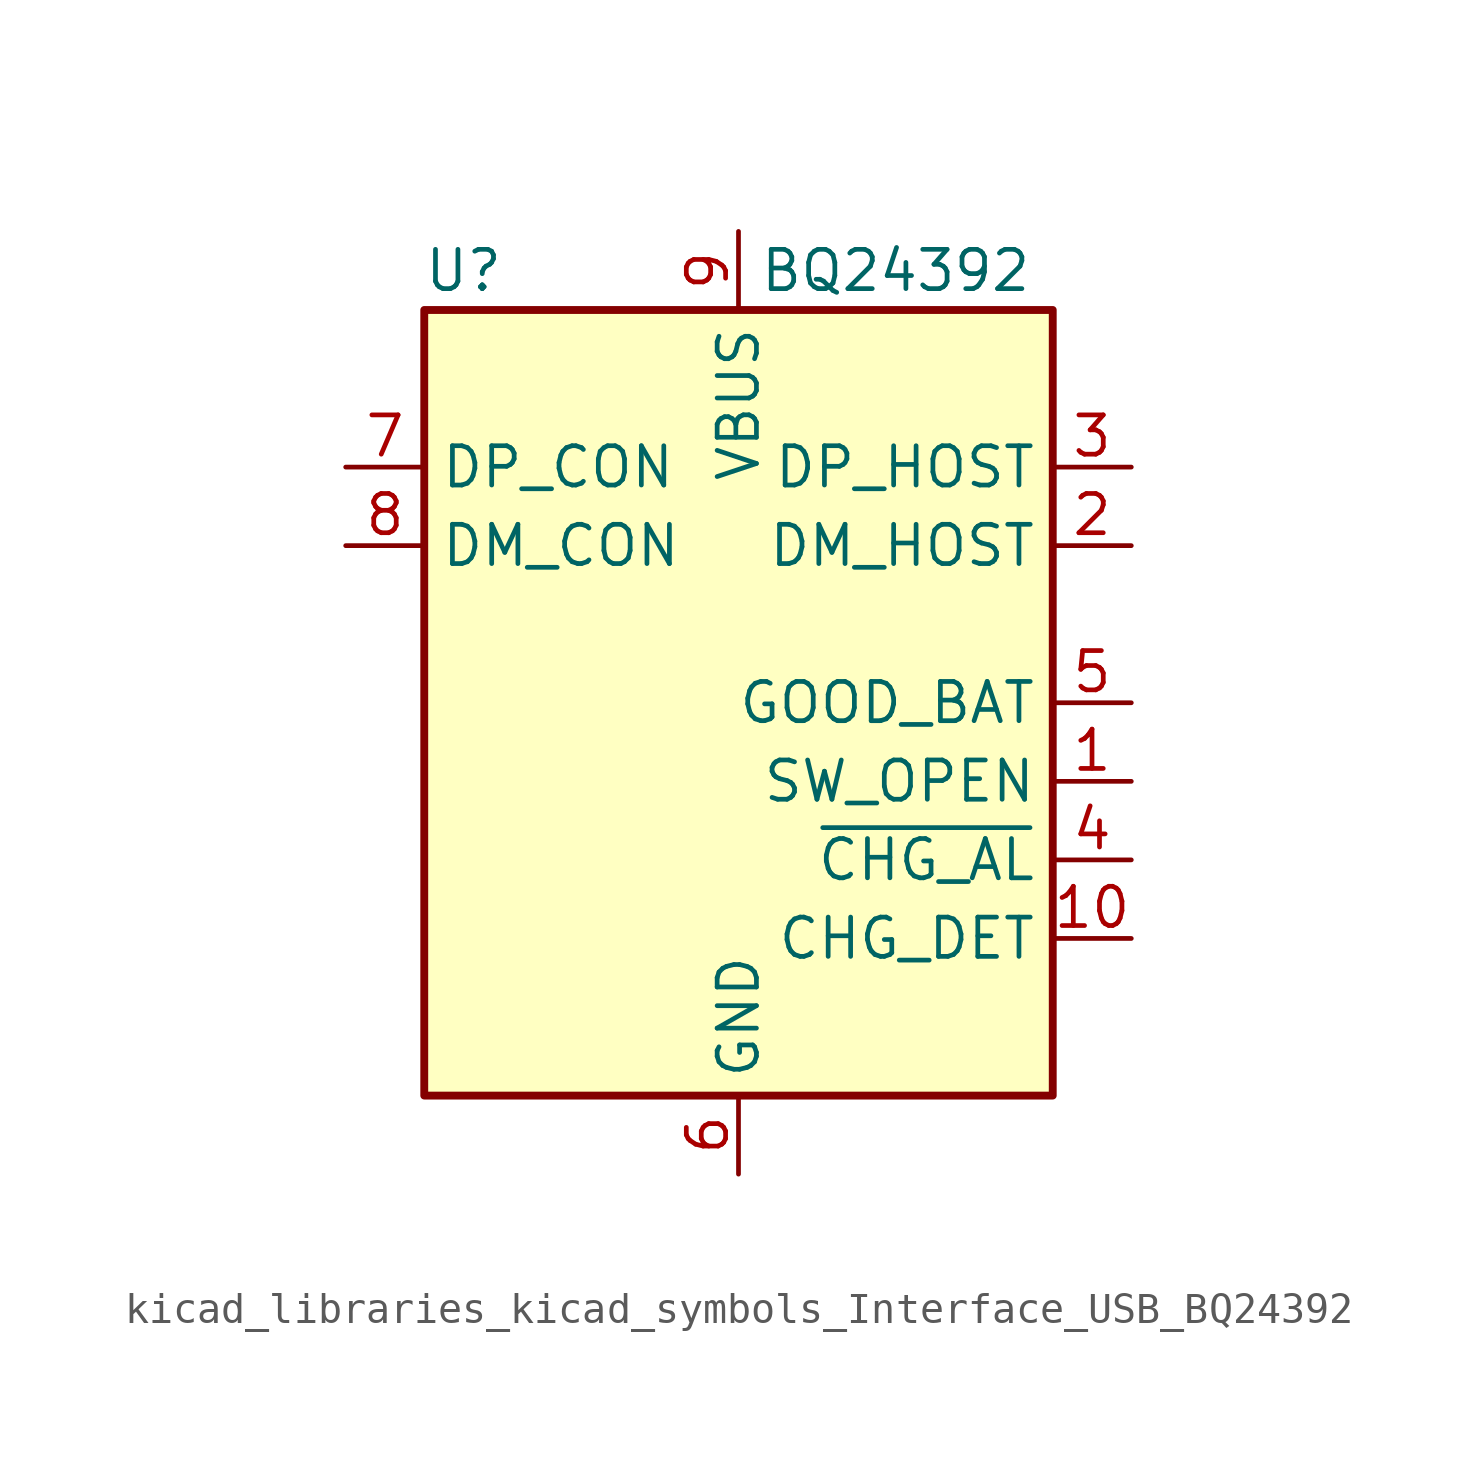
<source format=kicad_sym>
(kicad_symbol_lib
  (version 20220914)
  (generator kicad_symbol_editor)
  (symbol "kicad_libraries_kicad_symbols_Interface_USB_BQ24392"
    (property "Reference" "U"
      (at -8.89 13.97 0)
      (effects (font (size 1.27 1.27))))
    (property "Value" "BQ24392"
      (at 5.08 13.97 0)
      (effects (font (size 1.27 1.27))))
    (symbol "kicad_libraries_kicad_symbols_Interface_USB_BQ24392_0_1"
      (rectangle (start -10.16 12.7) (end 10.16 -12.7) (stroke (width 0.254) (type default)) (fill (type background))))
    (symbol "kicad_libraries_kicad_symbols_Interface_USB_BQ24392_1_1"
      (pin open_collector line (at 12.7 -2.54 180) (length 2.54) (name "SW_OPEN" (effects (font (size 1.27 1.27)))) (number "1" (effects (font (size 1.27 1.27)))))
      (pin output line (at 12.7 -7.62 180) (length 2.54) (name "CHG_DET" (effects (font (size 1.27 1.27)))) (number "10" (effects (font (size 1.27 1.27)))))
      (pin bidirectional line (at 12.7 5.08 180) (length 2.54) (name "DM_HOST" (effects (font (size 1.27 1.27)))) (number "2" (effects (font (size 1.27 1.27)))))
      (pin bidirectional line (at 12.7 7.62 180) (length 2.54) (name "DP_HOST" (effects (font (size 1.27 1.27)))) (number "3" (effects (font (size 1.27 1.27)))))
      (pin open_collector line (at 12.7 -5.08 180) (length 2.54) (name "~{CHG_AL}" (effects (font (size 1.27 1.27)))) (number "4" (effects (font (size 1.27 1.27)))))
      (pin input line (at 12.7 0 180) (length 2.54) (name "GOOD_BAT" (effects (font (size 1.27 1.27)))) (number "5" (effects (font (size 1.27 1.27)))))
      (pin power_in line (at 0 -15.24 90) (length 2.54) (name "GND" (effects (font (size 1.27 1.27)))) (number "6" (effects (font (size 1.27 1.27)))))
      (pin bidirectional line (at -12.7 7.62 0) (length 2.54) (name "DP_CON" (effects (font (size 1.27 1.27)))) (number "7" (effects (font (size 1.27 1.27)))))
      (pin bidirectional line (at -12.7 5.08 0) (length 2.54) (name "DM_CON" (effects (font (size 1.27 1.27)))) (number "8" (effects (font (size 1.27 1.27)))))
      (pin power_in line (at 0 15.24 270) (length 2.54) (name "VBUS" (effects (font (size 1.27 1.27)))) (number "9" (effects (font (size 1.27 1.27))))))))
</source>
